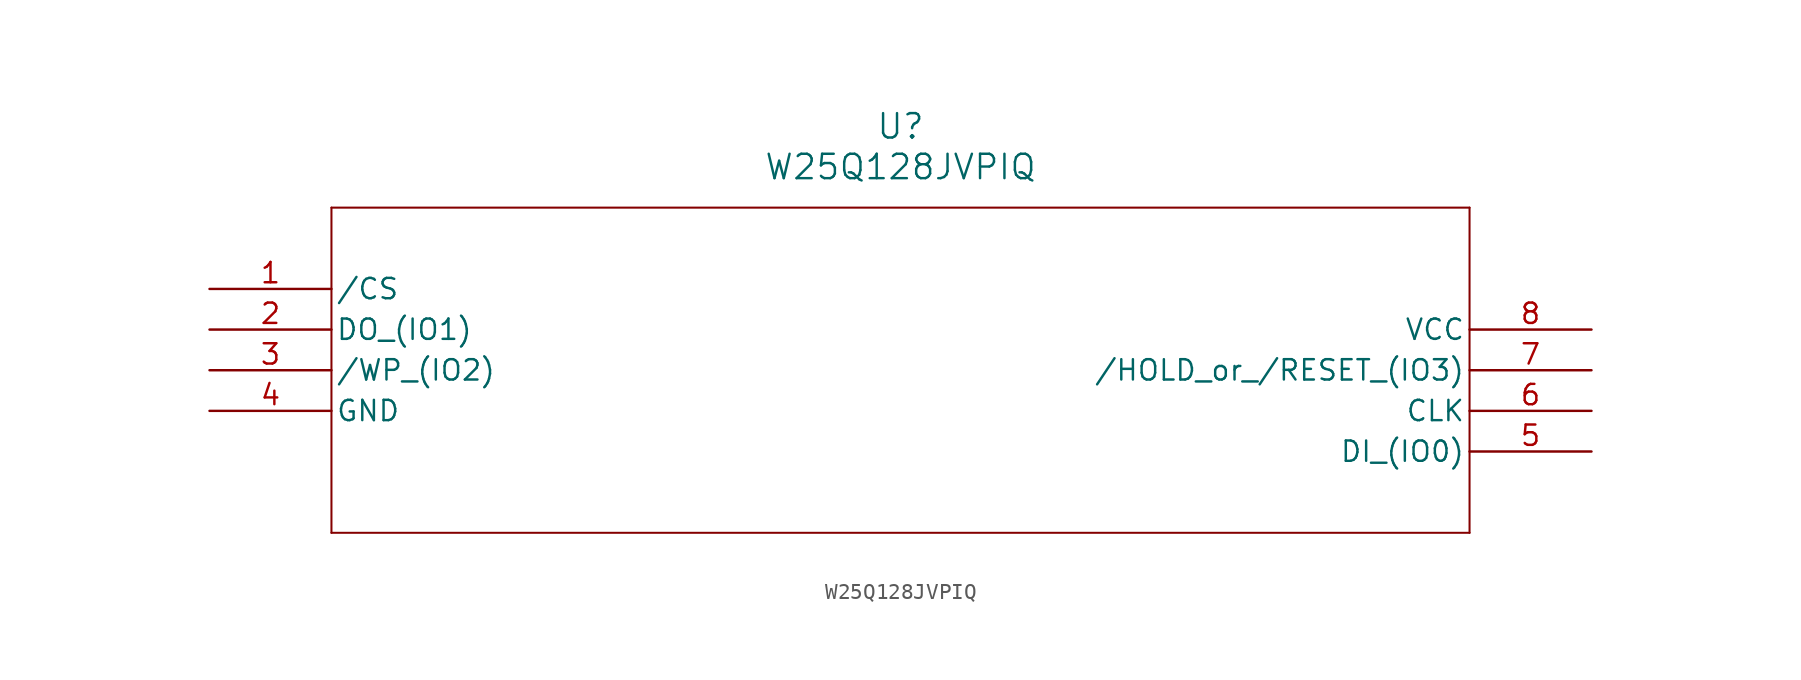
<source format=kicad_sym>
(kicad_symbol_lib
  (version 20241209)
  (generator "kicad_symbol_editor")
  (generator_version "9.0")
  (symbol "W25Q128JVPIQ"
    (pin_names
      (offset 0.254))
    (property "Reference" "U"
      (at 43.18 10.16 0)
      (effects (font (size 1.524 1.524))))
    (property "Value" "W25Q128JVPIQ"
      (at 43.18 7.62 0)
      (effects (font (size 1.524 1.524))))
    (symbol "W25Q128JVPIQ_0_1"
      (polyline (pts (xy 7.62 5.08) (xy 7.62 -15.24)) (stroke (width 0.127) (type default)) (fill (type none)))
      (polyline (pts (xy 7.62 -15.24) (xy 78.74 -15.24)) (stroke (width 0.127) (type default)) (fill (type none)))
      (polyline (pts (xy 78.74 5.08) (xy 7.62 5.08)) (stroke (width 0.127) (type default)) (fill (type none)))
      (polyline (pts (xy 78.74 -15.24) (xy 78.74 5.08)) (stroke (width 0.127) (type default)) (fill (type none)))
      (pin unspecified line (at 0 0 0) (length 7.62) (name "/CS" (effects (font (size 1.27 1.27)))) (number "1" (effects (font (size 1.27 1.27)))))
      (pin unspecified line (at 0 -2.54 0) (length 7.62) (name "DO_(IO1)" (effects (font (size 1.27 1.27)))) (number "2" (effects (font (size 1.27 1.27)))))
      (pin unspecified line (at 0 -5.08 0) (length 7.62) (name "/WP_(IO2)" (effects (font (size 1.27 1.27)))) (number "3" (effects (font (size 1.27 1.27)))))
      (pin power_in line (at 0 -7.62 0) (length 7.62) (name "GND" (effects (font (size 1.27 1.27)))) (number "4" (effects (font (size 1.27 1.27)))))
      (pin power_in line (at 86.36 -2.54 180) (length 7.62) (name "VCC" (effects (font (size 1.27 1.27)))) (number "8" (effects (font (size 1.27 1.27)))))
      (pin unspecified line (at 86.36 -5.08 180) (length 7.62) (name "/HOLD_or_/RESET_(IO3)" (effects (font (size 1.27 1.27)))) (number "7" (effects (font (size 1.27 1.27)))))
      (pin unspecified line (at 86.36 -7.62 180) (length 7.62) (name "CLK" (effects (font (size 1.27 1.27)))) (number "6" (effects (font (size 1.27 1.27)))))
      (pin unspecified line (at 86.36 -10.16 180) (length 7.62) (name "DI_(IO0)" (effects (font (size 1.27 1.27)))) (number "5" (effects (font (size 1.27 1.27))))))))
</source>
